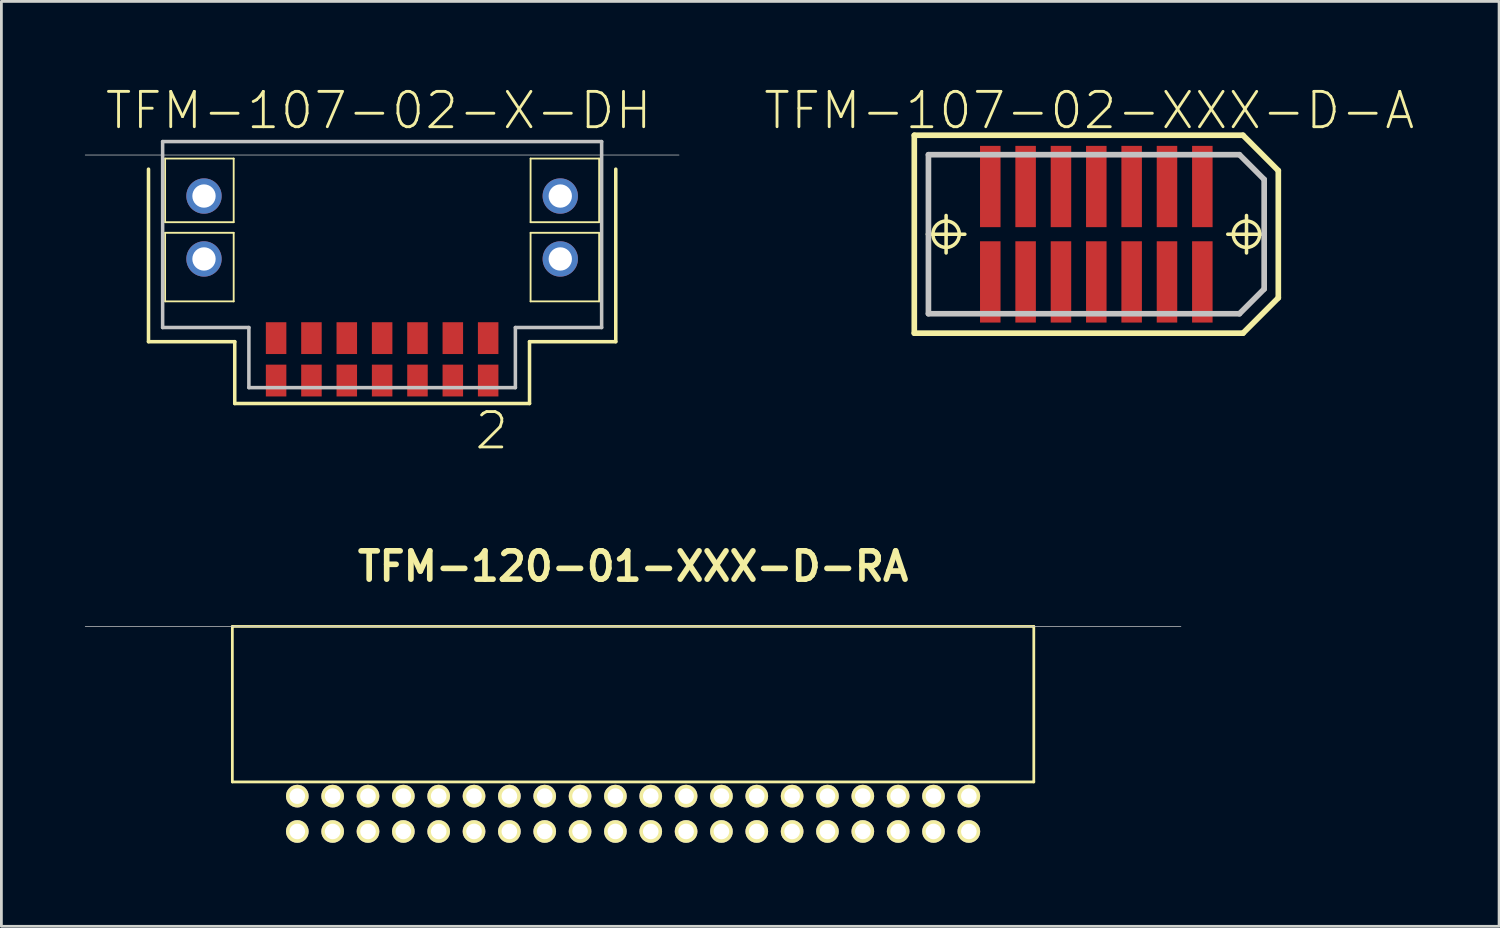
<source format=kicad_pcb>
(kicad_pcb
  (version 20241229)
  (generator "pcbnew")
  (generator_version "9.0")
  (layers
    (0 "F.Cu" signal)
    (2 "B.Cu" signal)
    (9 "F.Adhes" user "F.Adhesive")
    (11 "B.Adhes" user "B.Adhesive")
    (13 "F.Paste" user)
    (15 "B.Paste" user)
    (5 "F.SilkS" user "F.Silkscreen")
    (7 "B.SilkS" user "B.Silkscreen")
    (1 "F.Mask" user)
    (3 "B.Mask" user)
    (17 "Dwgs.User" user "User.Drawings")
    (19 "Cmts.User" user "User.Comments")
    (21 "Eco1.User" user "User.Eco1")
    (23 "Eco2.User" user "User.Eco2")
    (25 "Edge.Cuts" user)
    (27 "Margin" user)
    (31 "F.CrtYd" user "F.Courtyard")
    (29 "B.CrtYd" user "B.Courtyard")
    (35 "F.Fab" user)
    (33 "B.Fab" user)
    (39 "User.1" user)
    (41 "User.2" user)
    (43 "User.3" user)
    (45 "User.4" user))
  (footprint "TFM-107-02-XXX-D-A"
    (layer "F.Cu")
    (at 36.343 5.366)
    (property "Reference" "TFM-107-02-XXX-D-A" (at -0.254 -4.445 0) (layer "F.SilkS") (effects (font (size 1.27 1.27) (thickness 0.102))))
    (attr smd)
    (fp_line (start -6.54 -3.556) (end 5.271 -3.556) (stroke (width 0.203) (type solid)) (layer "F.SilkS"))
    (fp_line (start -6.54 3.556) (end -6.54 -3.556) (stroke (width 0.203) (type solid)) (layer "F.SilkS"))
    (fp_line (start -6.071 0) (end -4.724 0) (stroke (width 0.127) (type solid)) (layer "F.SilkS"))
    (fp_line (start -5.397 0.673) (end -5.397 -0.673) (stroke (width 0.127) (type solid)) (layer "F.SilkS"))
    (fp_line (start 4.724 0) (end 6.071 0) (stroke (width 0.127) (type solid)) (layer "F.SilkS"))
    (fp_line (start 5.271 -3.556) (end 6.54 -2.286) (stroke (width 0.203) (type solid)) (layer "F.SilkS"))
    (fp_line (start 5.271 3.556) (end -6.54 3.556) (stroke (width 0.203) (type solid)) (layer "F.SilkS"))
    (fp_line (start 5.397 0.673) (end 5.397 -0.673) (stroke (width 0.127) (type solid)) (layer "F.SilkS"))
    (fp_line (start 6.54 -2.286) (end 6.54 2.286) (stroke (width 0.203) (type solid)) (layer "F.SilkS"))
    (fp_line (start 6.54 2.286) (end 5.271 3.556) (stroke (width 0.203) (type solid)) (layer "F.SilkS"))
    (fp_circle (center -5.397 0) (end -5.733 0.335) (stroke (width 0.127) (type solid)) (fill no) (layer "F.SilkS"))
    (fp_circle (center 5.397 0) (end 5.733 0.335) (stroke (width 0.127) (type solid)) (fill no) (layer "F.SilkS"))
    (fp_line (start -6.032 -2.857) (end 5.144 -2.857) (stroke (width 0.203) (type solid)) (layer "Dwgs.User"))
    (fp_line (start -6.032 2.857) (end -6.032 -2.857) (stroke (width 0.203) (type solid)) (layer "Dwgs.User"))
    (fp_line (start 5.144 -2.857) (end 6.032 -1.968) (stroke (width 0.203) (type solid)) (layer "Dwgs.User"))
    (fp_line (start 5.144 2.857) (end -6.032 2.857) (stroke (width 0.203) (type solid)) (layer "Dwgs.User"))
    (fp_line (start 6.032 -1.968) (end 6.032 1.968) (stroke (width 0.203) (type solid)) (layer "Dwgs.User"))
    (fp_line (start 6.032 1.968) (end 5.144 2.857) (stroke (width 0.203) (type solid)) (layer "Dwgs.User"))
    (pad "1" smd rect (at -3.81 1.714) (size 0.737 2.921) (layers "F.Cu" "F.Mask" "F.Paste"))
    (pad "2" smd rect (at -3.81 -1.714) (size 0.737 2.921) (layers "F.Cu" "F.Mask" "F.Paste"))
    (pad "3" smd rect (at -2.54 1.714) (size 0.737 2.921) (layers "F.Cu" "F.Mask" "F.Paste"))
    (pad "4" smd rect (at -2.54 -1.714) (size 0.737 2.921) (layers "F.Cu" "F.Mask" "F.Paste"))
    (pad "5" smd rect (at -1.27 1.714) (size 0.737 2.921) (layers "F.Cu" "F.Mask" "F.Paste"))
    (pad "6" smd rect (at -1.27 -1.714) (size 0.737 2.921) (layers "F.Cu" "F.Mask" "F.Paste"))
    (pad "7" smd rect (at 0 1.714) (size 0.737 2.921) (layers "F.Cu" "F.Mask" "F.Paste"))
    (pad "8" smd rect (at 0 -1.714) (size 0.737 2.921) (layers "F.Cu" "F.Mask" "F.Paste"))
    (pad "9" smd rect (at 1.27 1.714) (size 0.737 2.921) (layers "F.Cu" "F.Mask" "F.Paste"))
    (pad "10" smd rect (at 1.27 -1.714) (size 0.737 2.921) (layers "F.Cu" "F.Mask" "F.Paste"))
    (pad "11" smd rect (at 2.54 1.714) (size 0.737 2.921) (layers "F.Cu" "F.Mask" "F.Paste"))
    (pad "12" smd rect (at 2.54 -1.714) (size 0.737 2.921) (layers "F.Cu" "F.Mask" "F.Paste"))
    (pad "13" smd rect (at 3.81 1.714) (size 0.737 2.921) (layers "F.Cu" "F.Mask" "F.Paste"))
    (pad "14" smd rect (at 3.81 -1.714) (size 0.737 2.921) (layers "F.Cu" "F.Mask" "F.Paste")))
  (footprint "TFM-120-01-XXX-D-RA"
    (layer "F.Cu")
    (at 19.698 19.459)
    (property "Reference" "TFM-120-01-XXX-D-RA" (at 0 -2.159 0) (layer "F.SilkS") (effects (font (size 1.016 1.016) (thickness 0.203))))
    (attr through_hole)
    (fp_line (start -14.399 0) (end -14.399 5.588) (stroke (width 0.099) (type solid)) (layer "F.SilkS"))
    (fp_line (start 14.399 0) (end -14.399 0) (stroke (width 0.099) (type solid)) (layer "F.SilkS"))
    (fp_line (start 14.399 0) (end 14.399 5.588) (stroke (width 0.099) (type solid)) (layer "F.SilkS"))
    (fp_line (start 14.399 5.588) (end -14.399 5.588) (stroke (width 0.099) (type solid)) (layer "F.SilkS"))
    (fp_line (start -19.685 0) (end 19.685 0) (stroke (width 0.025) (type solid)) (layer "Dwgs.User"))
    (pad "1" thru_hole circle (at 12.065 6.098) (size 0.814 0.814) (drill 0.56) (layers "*.Cu" "*.Mask" "F.SilkS"))
    (pad "2" thru_hole circle (at 12.065 7.368) (size 0.814 0.814) (drill 0.56) (layers "*.Cu" "*.Mask" "F.SilkS"))
    (pad "3" thru_hole circle (at 10.795 6.098) (size 0.814 0.814) (drill 0.56) (layers "*.Cu" "*.Mask" "F.SilkS"))
    (pad "4" thru_hole circle (at 10.795 7.368) (size 0.814 0.814) (drill 0.56) (layers "*.Cu" "*.Mask" "F.SilkS"))
    (pad "5" thru_hole circle (at 9.525 6.098) (size 0.814 0.814) (drill 0.56) (layers "*.Cu" "*.Mask" "F.SilkS"))
    (pad "6" thru_hole circle (at 9.525 7.368) (size 0.814 0.814) (drill 0.56) (layers "*.Cu" "*.Mask" "F.SilkS"))
    (pad "7" thru_hole circle (at 8.255 6.098) (size 0.814 0.814) (drill 0.56) (layers "*.Cu" "*.Mask" "F.SilkS"))
    (pad "8" thru_hole circle (at 8.255 7.368) (size 0.814 0.814) (drill 0.56) (layers "*.Cu" "*.Mask" "F.SilkS"))
    (pad "9" thru_hole circle (at 6.985 6.098) (size 0.814 0.814) (drill 0.56) (layers "*.Cu" "*.Mask" "F.SilkS"))
    (pad "10" thru_hole circle (at 6.985 7.368) (size 0.814 0.814) (drill 0.56) (layers "*.Cu" "*.Mask" "F.SilkS"))
    (pad "11" thru_hole circle (at 5.715 6.098) (size 0.814 0.814) (drill 0.56) (layers "*.Cu" "*.Mask" "F.SilkS"))
    (pad "12" thru_hole circle (at 5.715 7.368) (size 0.814 0.814) (drill 0.56) (layers "*.Cu" "*.Mask" "F.SilkS"))
    (pad "13" thru_hole circle (at 4.445 6.098) (size 0.814 0.814) (drill 0.56) (layers "*.Cu" "*.Mask" "F.SilkS"))
    (pad "14" thru_hole circle (at 4.445 7.368) (size 0.814 0.814) (drill 0.56) (layers "*.Cu" "*.Mask" "F.SilkS"))
    (pad "15" thru_hole circle (at 3.175 6.098) (size 0.814 0.814) (drill 0.56) (layers "*.Cu" "*.Mask" "F.SilkS"))
    (pad "16" thru_hole circle (at 3.175 7.368) (size 0.814 0.814) (drill 0.56) (layers "*.Cu" "*.Mask" "F.SilkS"))
    (pad "17" thru_hole circle (at 1.905 6.098) (size 0.814 0.814) (drill 0.56) (layers "*.Cu" "*.Mask" "F.SilkS"))
    (pad "18" thru_hole circle (at 1.905 7.368) (size 0.814 0.814) (drill 0.56) (layers "*.Cu" "*.Mask" "F.SilkS"))
    (pad "19" thru_hole circle (at 0.635 6.098) (size 0.814 0.814) (drill 0.56) (layers "*.Cu" "*.Mask" "F.SilkS"))
    (pad "20" thru_hole circle (at 0.635 7.368) (size 0.814 0.814) (drill 0.56) (layers "*.Cu" "*.Mask" "F.SilkS"))
    (pad "21" thru_hole circle (at -0.635 6.098) (size 0.814 0.814) (drill 0.56) (layers "*.Cu" "*.Mask" "F.SilkS"))
    (pad "22" thru_hole circle (at -0.635 7.368) (size 0.814 0.814) (drill 0.56) (layers "*.Cu" "*.Mask" "F.SilkS"))
    (pad "23" thru_hole circle (at -1.905 6.098) (size 0.814 0.814) (drill 0.56) (layers "*.Cu" "*.Mask" "F.SilkS"))
    (pad "24" thru_hole circle (at -1.905 7.368) (size 0.814 0.814) (drill 0.56) (layers "*.Cu" "*.Mask" "F.SilkS"))
    (pad "25" thru_hole circle (at -3.175 6.098) (size 0.814 0.814) (drill 0.56) (layers "*.Cu" "*.Mask" "F.SilkS"))
    (pad "26" thru_hole circle (at -3.175 7.368) (size 0.814 0.814) (drill 0.56) (layers "*.Cu" "*.Mask" "F.SilkS"))
    (pad "27" thru_hole circle (at -4.445 6.098) (size 0.814 0.814) (drill 0.56) (layers "*.Cu" "*.Mask" "F.SilkS"))
    (pad "28" thru_hole circle (at -4.445 7.368) (size 0.814 0.814) (drill 0.56) (layers "*.Cu" "*.Mask" "F.SilkS"))
    (pad "29" thru_hole circle (at -5.715 6.098) (size 0.814 0.814) (drill 0.56) (layers "*.Cu" "*.Mask" "F.SilkS"))
    (pad "30" thru_hole circle (at -5.715 7.368) (size 0.814 0.814) (drill 0.56) (layers "*.Cu" "*.Mask" "F.SilkS"))
    (pad "31" thru_hole circle (at -6.985 6.098) (size 0.814 0.814) (drill 0.56) (layers "*.Cu" "*.Mask" "F.SilkS"))
    (pad "32" thru_hole circle (at -6.985 7.368) (size 0.814 0.814) (drill 0.56) (layers "*.Cu" "*.Mask" "F.SilkS"))
    (pad "33" thru_hole circle (at -8.255 6.098) (size 0.814 0.814) (drill 0.56) (layers "*.Cu" "*.Mask" "F.SilkS"))
    (pad "34" thru_hole circle (at -8.255 7.368) (size 0.814 0.814) (drill 0.56) (layers "*.Cu" "*.Mask" "F.SilkS"))
    (pad "35" thru_hole circle (at -9.525 6.098) (size 0.814 0.814) (drill 0.56) (layers "*.Cu" "*.Mask" "F.SilkS"))
    (pad "36" thru_hole circle (at -9.525 7.368) (size 0.814 0.814) (drill 0.56) (layers "*.Cu" "*.Mask" "F.SilkS"))
    (pad "37" thru_hole circle (at -10.795 6.098) (size 0.814 0.814) (drill 0.56) (layers "*.Cu" "*.Mask" "F.SilkS"))
    (pad "38" thru_hole circle (at -10.795 7.368) (size 0.814 0.814) (drill 0.56) (layers "*.Cu" "*.Mask" "F.SilkS"))
    (pad "39" thru_hole circle (at -12.065 6.098) (size 0.814 0.814) (drill 0.56) (layers "*.Cu" "*.Mask" "F.SilkS"))
    (pad "40" thru_hole circle (at -12.065 7.368) (size 0.814 0.814) (drill 0.56) (layers "*.Cu" "*.Mask" "F.SilkS")))
  (footprint "TFM-107-02-X-DH"
    (layer "F.Cu")
    (at 10.681 2.521)
    (property "Reference" "TFM-107-02-X-DH" (at -0.127 -1.6 0) (layer "F.SilkS") (effects (font (size 1.27 1.27) (thickness 0.102))))
    (attr smd)
    (fp_line (start -8.395 0.508) (end -8.395 6.706) (stroke (width 0.127) (type solid)) (layer "F.SilkS"))
    (fp_line (start -8.395 6.706) (end -5.296 6.706) (stroke (width 0.127) (type solid)) (layer "F.SilkS"))
    (fp_line (start -7.798 0.127) (end -5.334 0.127) (stroke (width 0.066) (type solid)) (layer "F.SilkS"))
    (fp_line (start -7.798 2.413) (end -7.798 0.127) (stroke (width 0.066) (type solid)) (layer "F.SilkS"))
    (fp_line (start -7.798 2.413) (end -5.334 2.413) (stroke (width 0.066) (type solid)) (layer "F.SilkS"))
    (fp_line (start -7.798 2.794) (end -5.334 2.794) (stroke (width 0.066) (type solid)) (layer "F.SilkS"))
    (fp_line (start -7.798 5.258) (end -7.798 2.794) (stroke (width 0.066) (type solid)) (layer "F.SilkS"))
    (fp_line (start -7.798 5.258) (end -5.334 5.258) (stroke (width 0.066) (type solid)) (layer "F.SilkS"))
    (fp_line (start -5.334 2.413) (end -5.334 0.127) (stroke (width 0.066) (type solid)) (layer "F.SilkS"))
    (fp_line (start -5.334 5.258) (end -5.334 2.794) (stroke (width 0.066) (type solid)) (layer "F.SilkS"))
    (fp_line (start -5.296 6.706) (end -5.296 8.928) (stroke (width 0.127) (type solid)) (layer "F.SilkS"))
    (fp_line (start -5.296 8.928) (end 5.296 8.928) (stroke (width 0.127) (type solid)) (layer "F.SilkS"))
    (fp_line (start 5.296 6.706) (end 8.395 6.706) (stroke (width 0.127) (type solid)) (layer "F.SilkS"))
    (fp_line (start 5.296 8.928) (end 5.296 6.706) (stroke (width 0.127) (type solid)) (layer "F.SilkS"))
    (fp_line (start 5.334 0.127) (end 7.798 0.127) (stroke (width 0.066) (type solid)) (layer "F.SilkS"))
    (fp_line (start 5.334 2.413) (end 5.334 0.127) (stroke (width 0.066) (type solid)) (layer "F.SilkS"))
    (fp_line (start 5.334 2.413) (end 7.798 2.413) (stroke (width 0.066) (type solid)) (layer "F.SilkS"))
    (fp_line (start 5.334 2.794) (end 7.798 2.794) (stroke (width 0.066) (type solid)) (layer "F.SilkS"))
    (fp_line (start 5.334 5.258) (end 5.334 2.794) (stroke (width 0.066) (type solid)) (layer "F.SilkS"))
    (fp_line (start 5.334 5.258) (end 7.798 5.258) (stroke (width 0.066) (type solid)) (layer "F.SilkS"))
    (fp_line (start 7.798 2.413) (end 7.798 0.127) (stroke (width 0.066) (type solid)) (layer "F.SilkS"))
    (fp_line (start 7.798 5.258) (end 7.798 2.794) (stroke (width 0.066) (type solid)) (layer "F.SilkS"))
    (fp_line (start 8.395 6.706) (end 8.395 0.508) (stroke (width 0.127) (type solid)) (layer "F.SilkS"))
    (fp_line (start -10.668 0) (end 10.668 0) (stroke (width 0.025) (type solid)) (layer "Dwgs.User"))
    (fp_line (start -7.887 -0.483) (end 7.887 -0.483) (stroke (width 0.127) (type solid)) (layer "Dwgs.User"))
    (fp_line (start -7.887 6.198) (end -7.887 -0.483) (stroke (width 0.127) (type solid)) (layer "Dwgs.User"))
    (fp_line (start -4.788 6.198) (end -7.887 6.198) (stroke (width 0.127) (type solid)) (layer "Dwgs.User"))
    (fp_line (start -4.788 8.357) (end -4.788 6.198) (stroke (width 0.127) (type solid)) (layer "Dwgs.User"))
    (fp_line (start 4.788 6.198) (end 4.788 8.357) (stroke (width 0.127) (type solid)) (layer "Dwgs.User"))
    (fp_line (start 4.788 8.357) (end -4.788 8.357) (stroke (width 0.127) (type solid)) (layer "Dwgs.User"))
    (fp_line (start 7.887 -0.483) (end 7.887 6.198) (stroke (width 0.127) (type solid)) (layer "Dwgs.User"))
    (fp_line (start 7.887 6.198) (end 4.788 6.198) (stroke (width 0.127) (type solid)) (layer "Dwgs.User"))
    (fp_text user "2" (at 3.937 9.906 0) (layer "F.SilkS") (effects (font (size 1.27 1.27) (thickness 0.102))))
    (pad "1" smd rect (at 3.81 6.579) (size 0.737 1.143) (layers "F.Cu" "F.Mask" "F.Paste"))
    (pad "2" smd rect (at 3.81 8.103) (size 0.737 1.143) (layers "F.Cu" "F.Mask" "F.Paste"))
    (pad "3" smd rect (at 2.54 6.579) (size 0.737 1.143) (layers "F.Cu" "F.Mask" "F.Paste"))
    (pad "4" smd rect (at 2.54 8.103) (size 0.737 1.143) (layers "F.Cu" "F.Mask" "F.Paste"))
    (pad "5" smd rect (at 1.27 6.579) (size 0.737 1.143) (layers "F.Cu" "F.Mask" "F.Paste"))
    (pad "6" smd rect (at 1.27 8.103) (size 0.737 1.143) (layers "F.Cu" "F.Mask" "F.Paste"))
    (pad "7" smd rect (at 0 6.579) (size 0.737 1.143) (layers "F.Cu" "F.Mask" "F.Paste"))
    (pad "8" smd rect (at 0 8.103) (size 0.737 1.143) (layers "F.Cu" "F.Mask" "F.Paste"))
    (pad "9" smd rect (at -1.27 6.579) (size 0.737 1.143) (layers "F.Cu" "F.Mask" "F.Paste"))
    (pad "10" smd rect (at -1.27 8.103) (size 0.737 1.143) (layers "F.Cu" "F.Mask" "F.Paste"))
    (pad "11" smd rect (at -2.54 6.579) (size 0.737 1.143) (layers "F.Cu" "F.Mask" "F.Paste"))
    (pad "12" smd rect (at -2.54 8.103) (size 0.737 1.143) (layers "F.Cu" "F.Mask" "F.Paste"))
    (pad "13" smd rect (at -3.81 6.579) (size 0.737 1.143) (layers "F.Cu" "F.Mask" "F.Paste"))
    (pad "14" smd rect (at -3.81 8.103) (size 0.737 1.143) (layers "F.Cu" "F.Mask" "F.Paste"))
    (pad "G1" thru_hole circle (at 6.401 1.473) (size 1.27 1.27) (drill 0.838) (layers "*.Cu" "*.Paste" "*.Mask"))
    (pad "G2" thru_hole circle (at -6.401 1.473) (size 1.27 1.27) (drill 0.838) (layers "*.Cu" "*.Paste" "*.Mask"))
    (pad "G3" thru_hole circle (at 6.401 3.734) (size 1.27 1.27) (drill 0.838) (layers "*.Cu" "*.Paste" "*.Mask"))
    (pad "G4" thru_hole circle (at -6.401 3.734) (size 1.27 1.27) (drill 0.838) (layers "*.Cu" "*.Paste" "*.Mask")))
  (gr_rect
    (start -3 -3)
    (end 50.816 30.234)
    (stroke (width 0.1) (type default))
    (fill no)
    (layer "Edge.Cuts")))
</source>
